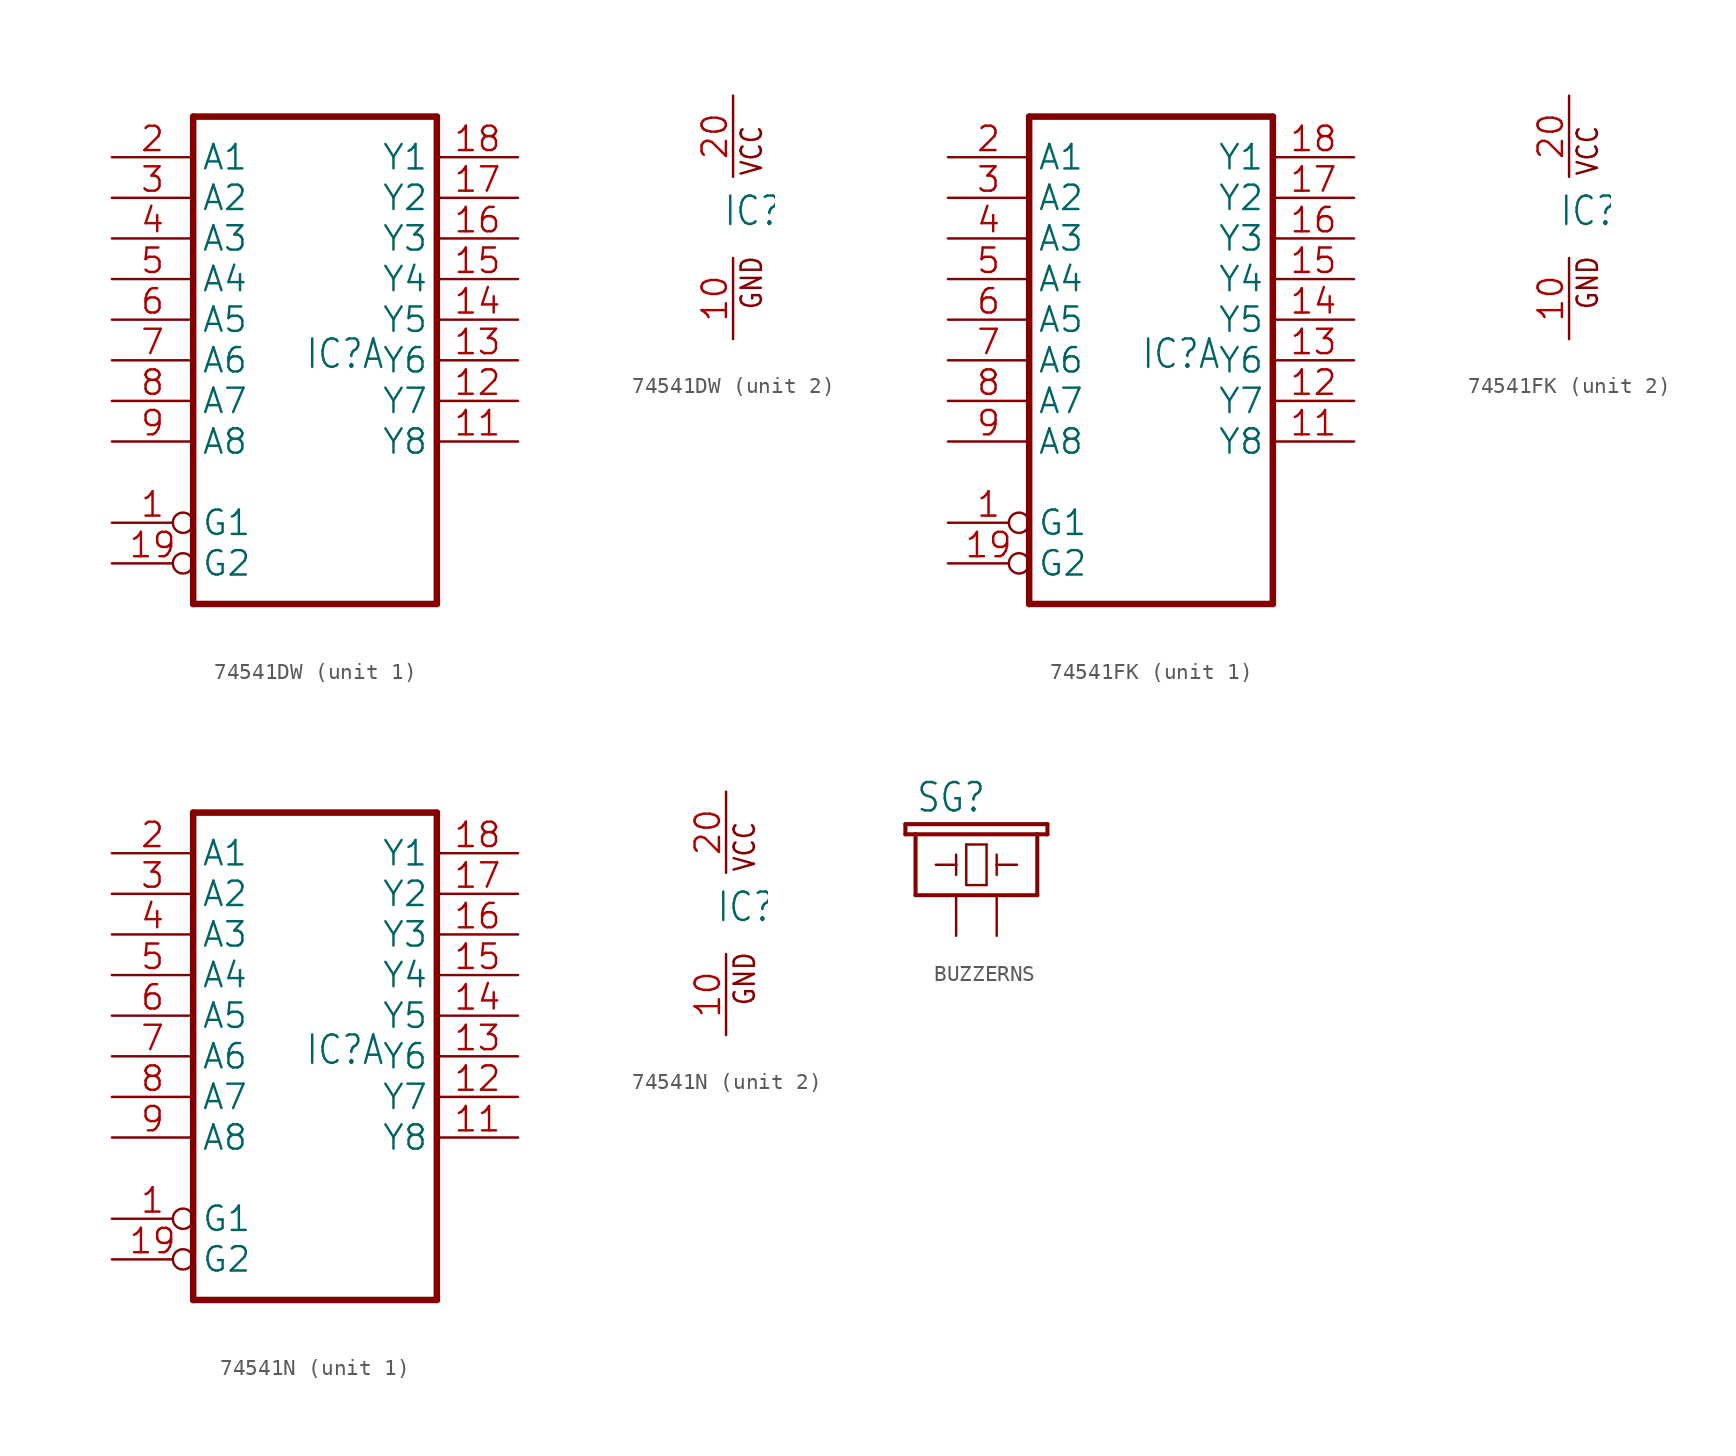
<source format=kicad_sym>
(kicad_symbol_lib
  (version 20241209)
  (generator "kicad_symbol_editor")
  (generator_version "9.0")
  (symbol "74541DW"
    (property "Reference" "IC"
      (at -0.635 -0.635 0)
      (effects (font (size 1.778 1.511)) (justify left bottom)))
    (property "ki_locked" ""
      (at 0 0 0)
      (effects (font (size 1.27 1.27))))
    (symbol "74541DW_1_0"
      (polyline (pts (xy -7.62 15.24) (xy -7.62 -15.24)) (stroke (width 0.406) (type solid)) (fill (type none)))
      (polyline (pts (xy -7.62 -15.24) (xy 7.62 -15.24)) (stroke (width 0.406) (type solid)) (fill (type none)))
      (polyline (pts (xy 7.62 15.24) (xy -7.62 15.24)) (stroke (width 0.406) (type solid)) (fill (type none)))
      (polyline (pts (xy 7.62 -15.24) (xy 7.62 15.24)) (stroke (width 0.406) (type solid)) (fill (type none)))
      (pin input line (at -12.7 12.7 0) (length 5.08) (name "A1" (effects (font (size 1.524 1.524)))) (number "2" (effects (font (size 1.524 1.524)))))
      (pin input line (at -12.7 10.16 0) (length 5.08) (name "A2" (effects (font (size 1.524 1.524)))) (number "3" (effects (font (size 1.524 1.524)))))
      (pin input line (at -12.7 7.62 0) (length 5.08) (name "A3" (effects (font (size 1.524 1.524)))) (number "4" (effects (font (size 1.524 1.524)))))
      (pin input line (at -12.7 5.08 0) (length 5.08) (name "A4" (effects (font (size 1.524 1.524)))) (number "5" (effects (font (size 1.524 1.524)))))
      (pin input line (at -12.7 2.54 0) (length 5.08) (name "A5" (effects (font (size 1.524 1.524)))) (number "6" (effects (font (size 1.524 1.524)))))
      (pin input line (at -12.7 0 0) (length 5.08) (name "A6" (effects (font (size 1.524 1.524)))) (number "7" (effects (font (size 1.524 1.524)))))
      (pin input line (at -12.7 -2.54 0) (length 5.08) (name "A7" (effects (font (size 1.524 1.524)))) (number "8" (effects (font (size 1.524 1.524)))))
      (pin input line (at -12.7 -5.08 0) (length 5.08) (name "A8" (effects (font (size 1.524 1.524)))) (number "9" (effects (font (size 1.524 1.524)))))
      (pin input inverted (at -12.7 -10.16 0) (length 5.08) (name "G1" (effects (font (size 1.524 1.524)))) (number "1" (effects (font (size 1.524 1.524)))))
      (pin input inverted (at -12.7 -12.7 0) (length 5.08) (name "G2" (effects (font (size 1.524 1.524)))) (number "19" (effects (font (size 1.524 1.524)))))
      (pin tri_state line (at 12.7 12.7 180) (length 5.08) (name "Y1" (effects (font (size 1.524 1.524)))) (number "18" (effects (font (size 1.524 1.524)))))
      (pin tri_state line (at 12.7 10.16 180) (length 5.08) (name "Y2" (effects (font (size 1.524 1.524)))) (number "17" (effects (font (size 1.524 1.524)))))
      (pin tri_state line (at 12.7 7.62 180) (length 5.08) (name "Y3" (effects (font (size 1.524 1.524)))) (number "16" (effects (font (size 1.524 1.524)))))
      (pin tri_state line (at 12.7 5.08 180) (length 5.08) (name "Y4" (effects (font (size 1.524 1.524)))) (number "15" (effects (font (size 1.524 1.524)))))
      (pin tri_state line (at 12.7 2.54 180) (length 5.08) (name "Y5" (effects (font (size 1.524 1.524)))) (number "14" (effects (font (size 1.524 1.524)))))
      (pin tri_state line (at 12.7 0 180) (length 5.08) (name "Y6" (effects (font (size 1.524 1.524)))) (number "13" (effects (font (size 1.524 1.524)))))
      (pin tri_state line (at 12.7 -2.54 180) (length 5.08) (name "Y7" (effects (font (size 1.524 1.524)))) (number "12" (effects (font (size 1.524 1.524)))))
      (pin tri_state line (at 12.7 -5.08 180) (length 5.08) (name "Y8" (effects (font (size 1.524 1.524)))) (number "11" (effects (font (size 1.524 1.524))))))
    (symbol "74541DW_2_0"
      (text "VCC" (at 1.905 2.54 900) (effects (font (size 1.27 1.079)) (justify left bottom)))
      (text "GND" (at 1.905 -5.842 900) (effects (font (size 1.27 1.079)) (justify left bottom)))
      (pin power_in line (at 0 7.62 270) (length 5.08) (name "VCC" (effects (font (size 0 0)))) (number "20" (effects (font (size 1.524 1.524)))))
      (pin power_in line (at 0 -7.62 90) (length 5.08) (name "GND" (effects (font (size 0 0)))) (number "10" (effects (font (size 1.524 1.524)))))))
  (symbol "74541FK"
    (property "Reference" "IC"
      (at -0.635 -0.635 0)
      (effects (font (size 1.778 1.511)) (justify left bottom)))
    (property "ki_locked" ""
      (at 0 0 0)
      (effects (font (size 1.27 1.27))))
    (symbol "74541FK_1_0"
      (polyline (pts (xy -7.62 15.24) (xy -7.62 -15.24)) (stroke (width 0.406) (type solid)) (fill (type none)))
      (polyline (pts (xy -7.62 -15.24) (xy 7.62 -15.24)) (stroke (width 0.406) (type solid)) (fill (type none)))
      (polyline (pts (xy 7.62 15.24) (xy -7.62 15.24)) (stroke (width 0.406) (type solid)) (fill (type none)))
      (polyline (pts (xy 7.62 -15.24) (xy 7.62 15.24)) (stroke (width 0.406) (type solid)) (fill (type none)))
      (pin input line (at -12.7 12.7 0) (length 5.08) (name "A1" (effects (font (size 1.524 1.524)))) (number "2" (effects (font (size 1.524 1.524)))))
      (pin input line (at -12.7 10.16 0) (length 5.08) (name "A2" (effects (font (size 1.524 1.524)))) (number "3" (effects (font (size 1.524 1.524)))))
      (pin input line (at -12.7 7.62 0) (length 5.08) (name "A3" (effects (font (size 1.524 1.524)))) (number "4" (effects (font (size 1.524 1.524)))))
      (pin input line (at -12.7 5.08 0) (length 5.08) (name "A4" (effects (font (size 1.524 1.524)))) (number "5" (effects (font (size 1.524 1.524)))))
      (pin input line (at -12.7 2.54 0) (length 5.08) (name "A5" (effects (font (size 1.524 1.524)))) (number "6" (effects (font (size 1.524 1.524)))))
      (pin input line (at -12.7 0 0) (length 5.08) (name "A6" (effects (font (size 1.524 1.524)))) (number "7" (effects (font (size 1.524 1.524)))))
      (pin input line (at -12.7 -2.54 0) (length 5.08) (name "A7" (effects (font (size 1.524 1.524)))) (number "8" (effects (font (size 1.524 1.524)))))
      (pin input line (at -12.7 -5.08 0) (length 5.08) (name "A8" (effects (font (size 1.524 1.524)))) (number "9" (effects (font (size 1.524 1.524)))))
      (pin input inverted (at -12.7 -10.16 0) (length 5.08) (name "G1" (effects (font (size 1.524 1.524)))) (number "1" (effects (font (size 1.524 1.524)))))
      (pin input inverted (at -12.7 -12.7 0) (length 5.08) (name "G2" (effects (font (size 1.524 1.524)))) (number "19" (effects (font (size 1.524 1.524)))))
      (pin tri_state line (at 12.7 12.7 180) (length 5.08) (name "Y1" (effects (font (size 1.524 1.524)))) (number "18" (effects (font (size 1.524 1.524)))))
      (pin tri_state line (at 12.7 10.16 180) (length 5.08) (name "Y2" (effects (font (size 1.524 1.524)))) (number "17" (effects (font (size 1.524 1.524)))))
      (pin tri_state line (at 12.7 7.62 180) (length 5.08) (name "Y3" (effects (font (size 1.524 1.524)))) (number "16" (effects (font (size 1.524 1.524)))))
      (pin tri_state line (at 12.7 5.08 180) (length 5.08) (name "Y4" (effects (font (size 1.524 1.524)))) (number "15" (effects (font (size 1.524 1.524)))))
      (pin tri_state line (at 12.7 2.54 180) (length 5.08) (name "Y5" (effects (font (size 1.524 1.524)))) (number "14" (effects (font (size 1.524 1.524)))))
      (pin tri_state line (at 12.7 0 180) (length 5.08) (name "Y6" (effects (font (size 1.524 1.524)))) (number "13" (effects (font (size 1.524 1.524)))))
      (pin tri_state line (at 12.7 -2.54 180) (length 5.08) (name "Y7" (effects (font (size 1.524 1.524)))) (number "12" (effects (font (size 1.524 1.524)))))
      (pin tri_state line (at 12.7 -5.08 180) (length 5.08) (name "Y8" (effects (font (size 1.524 1.524)))) (number "11" (effects (font (size 1.524 1.524))))))
    (symbol "74541FK_2_0"
      (text "VCC" (at 1.905 2.54 900) (effects (font (size 1.27 1.079)) (justify left bottom)))
      (text "GND" (at 1.905 -5.842 900) (effects (font (size 1.27 1.079)) (justify left bottom)))
      (pin power_in line (at 0 7.62 270) (length 5.08) (name "VCC" (effects (font (size 0 0)))) (number "20" (effects (font (size 1.524 1.524)))))
      (pin power_in line (at 0 -7.62 90) (length 5.08) (name "GND" (effects (font (size 0 0)))) (number "10" (effects (font (size 1.524 1.524)))))))
  (symbol "74541N"
    (property "Reference" "IC"
      (at -0.635 -0.635 0)
      (effects (font (size 1.778 1.511)) (justify left bottom)))
    (property "ki_locked" ""
      (at 0 0 0)
      (effects (font (size 1.27 1.27))))
    (symbol "74541N_1_0"
      (polyline (pts (xy -7.62 15.24) (xy -7.62 -15.24)) (stroke (width 0.406) (type solid)) (fill (type none)))
      (polyline (pts (xy -7.62 -15.24) (xy 7.62 -15.24)) (stroke (width 0.406) (type solid)) (fill (type none)))
      (polyline (pts (xy 7.62 15.24) (xy -7.62 15.24)) (stroke (width 0.406) (type solid)) (fill (type none)))
      (polyline (pts (xy 7.62 -15.24) (xy 7.62 15.24)) (stroke (width 0.406) (type solid)) (fill (type none)))
      (pin input line (at -12.7 12.7 0) (length 5.08) (name "A1" (effects (font (size 1.524 1.524)))) (number "2" (effects (font (size 1.524 1.524)))))
      (pin input line (at -12.7 10.16 0) (length 5.08) (name "A2" (effects (font (size 1.524 1.524)))) (number "3" (effects (font (size 1.524 1.524)))))
      (pin input line (at -12.7 7.62 0) (length 5.08) (name "A3" (effects (font (size 1.524 1.524)))) (number "4" (effects (font (size 1.524 1.524)))))
      (pin input line (at -12.7 5.08 0) (length 5.08) (name "A4" (effects (font (size 1.524 1.524)))) (number "5" (effects (font (size 1.524 1.524)))))
      (pin input line (at -12.7 2.54 0) (length 5.08) (name "A5" (effects (font (size 1.524 1.524)))) (number "6" (effects (font (size 1.524 1.524)))))
      (pin input line (at -12.7 0 0) (length 5.08) (name "A6" (effects (font (size 1.524 1.524)))) (number "7" (effects (font (size 1.524 1.524)))))
      (pin input line (at -12.7 -2.54 0) (length 5.08) (name "A7" (effects (font (size 1.524 1.524)))) (number "8" (effects (font (size 1.524 1.524)))))
      (pin input line (at -12.7 -5.08 0) (length 5.08) (name "A8" (effects (font (size 1.524 1.524)))) (number "9" (effects (font (size 1.524 1.524)))))
      (pin input inverted (at -12.7 -10.16 0) (length 5.08) (name "G1" (effects (font (size 1.524 1.524)))) (number "1" (effects (font (size 1.524 1.524)))))
      (pin input inverted (at -12.7 -12.7 0) (length 5.08) (name "G2" (effects (font (size 1.524 1.524)))) (number "19" (effects (font (size 1.524 1.524)))))
      (pin tri_state line (at 12.7 12.7 180) (length 5.08) (name "Y1" (effects (font (size 1.524 1.524)))) (number "18" (effects (font (size 1.524 1.524)))))
      (pin tri_state line (at 12.7 10.16 180) (length 5.08) (name "Y2" (effects (font (size 1.524 1.524)))) (number "17" (effects (font (size 1.524 1.524)))))
      (pin tri_state line (at 12.7 7.62 180) (length 5.08) (name "Y3" (effects (font (size 1.524 1.524)))) (number "16" (effects (font (size 1.524 1.524)))))
      (pin tri_state line (at 12.7 5.08 180) (length 5.08) (name "Y4" (effects (font (size 1.524 1.524)))) (number "15" (effects (font (size 1.524 1.524)))))
      (pin tri_state line (at 12.7 2.54 180) (length 5.08) (name "Y5" (effects (font (size 1.524 1.524)))) (number "14" (effects (font (size 1.524 1.524)))))
      (pin tri_state line (at 12.7 0 180) (length 5.08) (name "Y6" (effects (font (size 1.524 1.524)))) (number "13" (effects (font (size 1.524 1.524)))))
      (pin tri_state line (at 12.7 -2.54 180) (length 5.08) (name "Y7" (effects (font (size 1.524 1.524)))) (number "12" (effects (font (size 1.524 1.524)))))
      (pin tri_state line (at 12.7 -5.08 180) (length 5.08) (name "Y8" (effects (font (size 1.524 1.524)))) (number "11" (effects (font (size 1.524 1.524))))))
    (symbol "74541N_2_0"
      (text "VCC" (at 1.905 2.54 900) (effects (font (size 1.27 1.079)) (justify left bottom)))
      (text "GND" (at 1.905 -5.842 900) (effects (font (size 1.27 1.079)) (justify left bottom)))
      (pin power_in line (at 0 7.62 270) (length 5.08) (name "VCC" (effects (font (size 0 0)))) (number "20" (effects (font (size 1.524 1.524)))))
      (pin power_in line (at 0 -7.62 90) (length 5.08) (name "GND" (effects (font (size 0 0)))) (number "10" (effects (font (size 1.524 1.524)))))))
  (symbol "BUZZERNS"
    (property "Reference" "SG"
      (at -2.54 5.08 0)
      (effects (font (size 1.778 1.511)) (justify left bottom)))
    (property "Value" ""
      (at 6.35 0 0)
      (effects (font (size 1.778 1.511)) (justify left bottom)))
    (property "ki_locked" ""
      (at 0 0 0)
      (effects (font (size 1.27 1.27))))
    (symbol "BUZZERNS_1_0"
      (polyline (pts (xy -3.175 4.445) (xy -3.175 3.81)) (stroke (width 0.254) (type solid)) (fill (type none)))
      (polyline (pts (xy -3.175 3.81) (xy -2.54 3.81)) (stroke (width 0.254) (type solid)) (fill (type none)))
      (polyline (pts (xy -2.54 3.81) (xy -2.54 0)) (stroke (width 0.254) (type solid)) (fill (type none)))
      (polyline (pts (xy -2.54 3.81) (xy 5.08 3.81)) (stroke (width 0.254) (type solid)) (fill (type none)))
      (polyline (pts (xy -2.54 0) (xy 5.08 0)) (stroke (width 0.254) (type solid)) (fill (type none)))
      (polyline (pts (xy -1.27 1.905) (xy 0 1.905)) (stroke (width 0.152) (type solid)) (fill (type none)))
      (polyline (pts (xy 0 1.905) (xy 0 2.54)) (stroke (width 0.152) (type solid)) (fill (type none)))
      (polyline (pts (xy 0 1.905) (xy 0 1.27)) (stroke (width 0.152) (type solid)) (fill (type none)))
      (polyline (pts (xy 0.635 3.175) (xy 0.635 0.635)) (stroke (width 0.152) (type solid)) (fill (type none)))
      (polyline (pts (xy 0.635 0.635) (xy 1.905 0.635)) (stroke (width 0.152) (type solid)) (fill (type none)))
      (polyline (pts (xy 1.905 3.175) (xy 0.635 3.175)) (stroke (width 0.152) (type solid)) (fill (type none)))
      (polyline (pts (xy 1.905 0.635) (xy 1.905 3.175)) (stroke (width 0.152) (type solid)) (fill (type none)))
      (polyline (pts (xy 2.54 2.54) (xy 2.54 1.905)) (stroke (width 0.152) (type solid)) (fill (type none)))
      (polyline (pts (xy 2.54 1.905) (xy 2.54 1.27)) (stroke (width 0.152) (type solid)) (fill (type none)))
      (polyline (pts (xy 2.54 1.905) (xy 3.81 1.905)) (stroke (width 0.152) (type solid)) (fill (type none)))
      (polyline (pts (xy 5.08 3.81) (xy 5.715 3.81)) (stroke (width 0.254) (type solid)) (fill (type none)))
      (polyline (pts (xy 5.08 0) (xy 5.08 3.81)) (stroke (width 0.254) (type solid)) (fill (type none)))
      (polyline (pts (xy 5.715 4.445) (xy -3.175 4.445)) (stroke (width 0.254) (type solid)) (fill (type none)))
      (polyline (pts (xy 5.715 3.81) (xy 5.715 4.445)) (stroke (width 0.254) (type solid)) (fill (type none)))
      (pin passive line (at 0 -2.54 90) (length 2.54) (name "1" (effects (font (size 0 0)))) (number "+" (effects (font (size 0 0)))))
      (pin passive line (at 2.54 -2.54 90) (length 2.54) (name "2" (effects (font (size 0 0)))) (number "-" (effects (font (size 0 0))))))))
</source>
